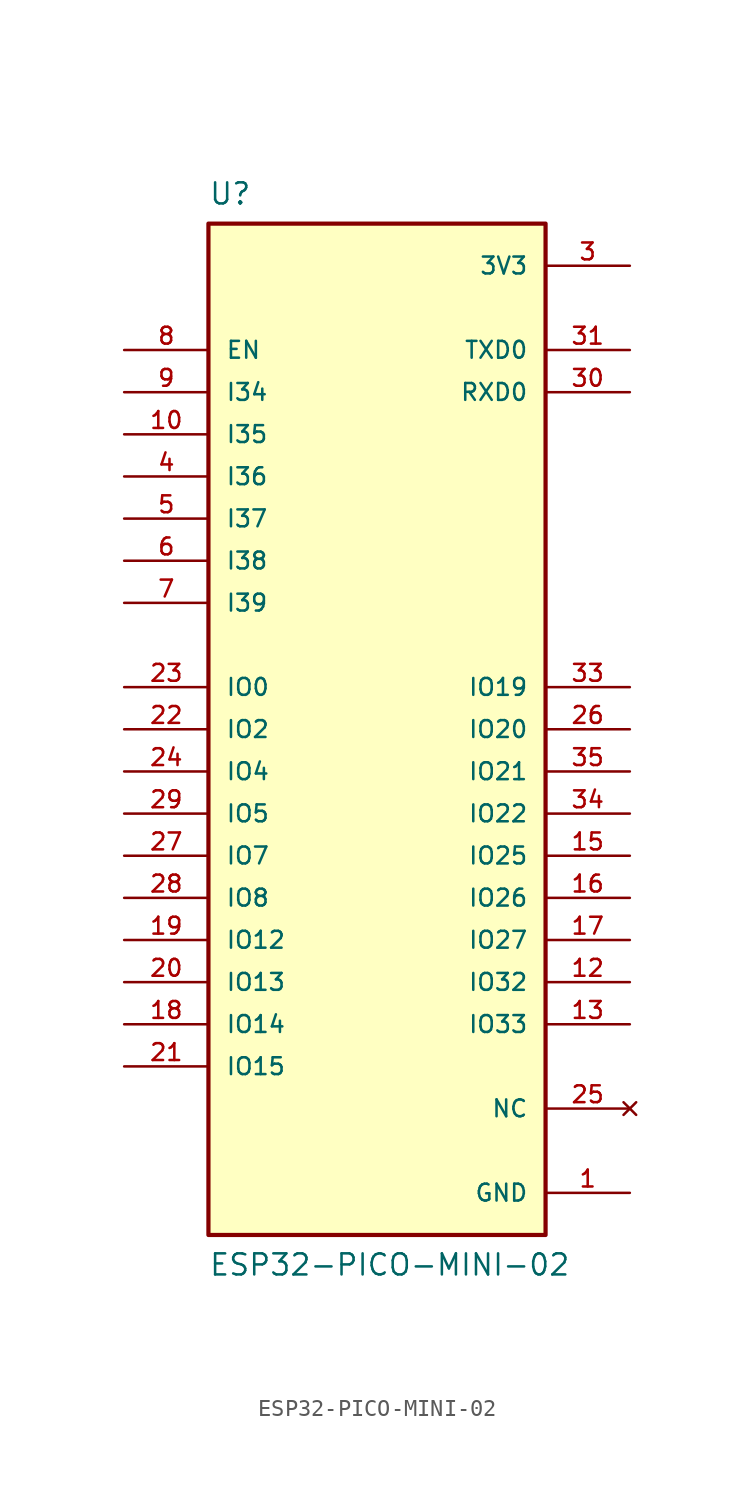
<source format=kicad_sym>
(kicad_symbol_lib
  (version 20211014)
  (generator kicad_symbol_editor)
  (symbol "ESP32-PICO-MINI-02"
    (pin_names
      (offset 1.016))
    (property "Reference" "U"
      (at -10.16 33.02 0)
      (effects (font (size 1.27 1.27)) (justify top left)))
    (property "Value" "ESP32-PICO-MINI-02"
      (at -10.16 -33.02 0)
      (effects (font (size 1.27 1.27)) (justify bottom left)))
    (symbol "ESP32-PICO-MINI-02_0_0"
      (rectangle (start -10.16 -30.48) (end 10.16 30.48) (stroke (width 0.254)) (fill (type background)))
      (pin power_in line (at 15.24 -27.94 180.0) (length 5.08) (name "GND" (effects (font (size 1.016 1.016)))) (number "1" (effects (font (size 1.016 1.016)))))
      (pin power_in line (at 15.24 -27.94 180.0) (length 5.08) hide (name "GND" (effects (font (size 1.016 1.016)))) (number "2" (effects (font (size 1.016 1.016)))))
      (pin power_in line (at 15.24 -27.94 180.0) (length 5.08) hide (name "GND" (effects (font (size 1.016 1.016)))) (number "11" (effects (font (size 1.016 1.016)))))
      (pin power_in line (at 15.24 -27.94 180.0) (length 5.08) hide (name "GND" (effects (font (size 1.016 1.016)))) (number "14" (effects (font (size 1.016 1.016)))))
      (pin power_in line (at 15.24 -27.94 180.0) (length 5.08) hide (name "GND" (effects (font (size 1.016 1.016)))) (number "36" (effects (font (size 1.016 1.016)))))
      (pin power_in line (at 15.24 -27.94 180.0) (length 5.08) hide (name "GND" (effects (font (size 1.016 1.016)))) (number "37" (effects (font (size 1.016 1.016)))))
      (pin power_in line (at 15.24 -27.94 180.0) (length 5.08) hide (name "GND" (effects (font (size 1.016 1.016)))) (number "38" (effects (font (size 1.016 1.016)))))
      (pin power_in line (at 15.24 -27.94 180.0) (length 5.08) hide (name "GND" (effects (font (size 1.016 1.016)))) (number "39" (effects (font (size 1.016 1.016)))))
      (pin power_in line (at 15.24 -27.94 180.0) (length 5.08) hide (name "GND" (effects (font (size 1.016 1.016)))) (number "40" (effects (font (size 1.016 1.016)))))
      (pin power_in line (at 15.24 -27.94 180.0) (length 5.08) hide (name "GND" (effects (font (size 1.016 1.016)))) (number "41" (effects (font (size 1.016 1.016)))))
      (pin power_in line (at 15.24 -27.94 180.0) (length 5.08) hide (name "GND" (effects (font (size 1.016 1.016)))) (number "42" (effects (font (size 1.016 1.016)))))
      (pin power_in line (at 15.24 -27.94 180.0) (length 5.08) hide (name "GND" (effects (font (size 1.016 1.016)))) (number "43" (effects (font (size 1.016 1.016)))))
      (pin power_in line (at 15.24 -27.94 180.0) (length 5.08) hide (name "GND" (effects (font (size 1.016 1.016)))) (number "44" (effects (font (size 1.016 1.016)))))
      (pin power_in line (at 15.24 -27.94 180.0) (length 5.08) hide (name "GND" (effects (font (size 1.016 1.016)))) (number "45" (effects (font (size 1.016 1.016)))))
      (pin power_in line (at 15.24 -27.94 180.0) (length 5.08) hide (name "GND" (effects (font (size 1.016 1.016)))) (number "46" (effects (font (size 1.016 1.016)))))
      (pin power_in line (at 15.24 -27.94 180.0) (length 5.08) hide (name "GND" (effects (font (size 1.016 1.016)))) (number "47" (effects (font (size 1.016 1.016)))))
      (pin power_in line (at 15.24 -27.94 180.0) (length 5.08) hide (name "GND" (effects (font (size 1.016 1.016)))) (number "48" (effects (font (size 1.016 1.016)))))
      (pin power_in line (at 15.24 -27.94 180.0) (length 5.08) hide (name "GND" (effects (font (size 1.016 1.016)))) (number "49" (effects (font (size 1.016 1.016)))))
      (pin power_in line (at 15.24 -27.94 180.0) (length 5.08) hide (name "GND" (effects (font (size 1.016 1.016)))) (number "50" (effects (font (size 1.016 1.016)))))
      (pin power_in line (at 15.24 -27.94 180.0) (length 5.08) hide (name "GND" (effects (font (size 1.016 1.016)))) (number "51" (effects (font (size 1.016 1.016)))))
      (pin power_in line (at 15.24 -27.94 180.0) (length 5.08) hide (name "GND" (effects (font (size 1.016 1.016)))) (number "52" (effects (font (size 1.016 1.016)))))
      (pin power_in line (at 15.24 -27.94 180.0) (length 5.08) hide (name "GND" (effects (font (size 1.016 1.016)))) (number "53" (effects (font (size 1.016 1.016)))))
      (pin power_in line (at 15.24 -27.94 180.0) (length 5.08) hide (name "GND" (effects (font (size 1.016 1.016)))) (number "54" (effects (font (size 1.016 1.016)))))
      (pin power_in line (at 15.24 -27.94 180.0) (length 5.08) hide (name "GND" (effects (font (size 1.016 1.016)))) (number "55" (effects (font (size 1.016 1.016)))))
      (pin power_in line (at 15.24 -27.94 180.0) (length 5.08) hide (name "GND" (effects (font (size 1.016 1.016)))) (number "56" (effects (font (size 1.016 1.016)))))
      (pin power_in line (at 15.24 -27.94 180.0) (length 5.08) hide (name "GND" (effects (font (size 1.016 1.016)))) (number "57" (effects (font (size 1.016 1.016)))))
      (pin power_in line (at 15.24 -27.94 180.0) (length 5.08) hide (name "GND" (effects (font (size 1.016 1.016)))) (number "58" (effects (font (size 1.016 1.016)))))
      (pin power_in line (at 15.24 -27.94 180.0) (length 5.08) hide (name "GND" (effects (font (size 1.016 1.016)))) (number "59" (effects (font (size 1.016 1.016)))))
      (pin power_in line (at 15.24 -27.94 180.0) (length 5.08) hide (name "GND" (effects (font (size 1.016 1.016)))) (number "60" (effects (font (size 1.016 1.016)))))
      (pin power_in line (at 15.24 -27.94 180.0) (length 5.08) hide (name "GND" (effects (font (size 1.016 1.016)))) (number "61" (effects (font (size 1.016 1.016)))))
      (pin power_in line (at 15.24 27.94 180.0) (length 5.08) (name "3V3" (effects (font (size 1.016 1.016)))) (number "3" (effects (font (size 1.016 1.016)))))
      (pin no_connect line (at 15.24 -22.86 180.0) (length 5.08) (name "NC" (effects (font (size 1.016 1.016)))) (number "25" (effects (font (size 1.016 1.016)))))
      (pin no_connect line (at 15.24 -22.86 180.0) (length 5.08) hide (name "NC" (effects (font (size 1.016 1.016)))) (number "32" (effects (font (size 1.016 1.016)))))
      (pin input line (at -15.24 22.86 0) (length 5.08) (name "EN" (effects (font (size 1.016 1.016)))) (number "8" (effects (font (size 1.016 1.016)))))
      (pin input line (at -15.24 20.32 0) (length 5.08) (name "I34" (effects (font (size 1.016 1.016)))) (number "9" (effects (font (size 1.016 1.016)))))
      (pin input line (at -15.24 17.78 0) (length 5.08) (name "I35" (effects (font (size 1.016 1.016)))) (number "10" (effects (font (size 1.016 1.016)))))
      (pin input line (at -15.24 15.24 0) (length 5.08) (name "I36" (effects (font (size 1.016 1.016)))) (number "4" (effects (font (size 1.016 1.016)))))
      (pin input line (at -15.24 12.7 0) (length 5.08) (name "I37" (effects (font (size 1.016 1.016)))) (number "5" (effects (font (size 1.016 1.016)))))
      (pin input line (at -15.24 10.16 0) (length 5.08) (name "I38" (effects (font (size 1.016 1.016)))) (number "6" (effects (font (size 1.016 1.016)))))
      (pin input line (at -15.24 7.62 0) (length 5.08) (name "I39" (effects (font (size 1.016 1.016)))) (number "7" (effects (font (size 1.016 1.016)))))
      (pin bidirectional line (at -15.24 2.54 0) (length 5.08) (name "IO0" (effects (font (size 1.016 1.016)))) (number "23" (effects (font (size 1.016 1.016)))))
      (pin bidirectional line (at 15.24 0.0 180.0) (length 5.08) (name "IO20" (effects (font (size 1.016 1.016)))) (number "26" (effects (font (size 1.016 1.016)))))
      (pin bidirectional line (at -15.24 0.0 0) (length 5.08) (name "IO2" (effects (font (size 1.016 1.016)))) (number "22" (effects (font (size 1.016 1.016)))))
      (pin bidirectional line (at -15.24 -2.54 0) (length 5.08) (name "IO4" (effects (font (size 1.016 1.016)))) (number "24" (effects (font (size 1.016 1.016)))))
      (pin bidirectional line (at -15.24 -5.08 0) (length 5.08) (name "IO5" (effects (font (size 1.016 1.016)))) (number "29" (effects (font (size 1.016 1.016)))))
      (pin bidirectional line (at 15.24 -2.54 180.0) (length 5.08) (name "IO21" (effects (font (size 1.016 1.016)))) (number "35" (effects (font (size 1.016 1.016)))))
      (pin bidirectional line (at -15.24 -7.62 0) (length 5.08) (name "IO7" (effects (font (size 1.016 1.016)))) (number "27" (effects (font (size 1.016 1.016)))))
      (pin bidirectional line (at -15.24 -10.16 0) (length 5.08) (name "IO8" (effects (font (size 1.016 1.016)))) (number "28" (effects (font (size 1.016 1.016)))))
      (pin bidirectional line (at 15.24 -5.08 180.0) (length 5.08) (name "IO22" (effects (font (size 1.016 1.016)))) (number "34" (effects (font (size 1.016 1.016)))))
      (pin bidirectional line (at 15.24 -7.62 180.0) (length 5.08) (name "IO25" (effects (font (size 1.016 1.016)))) (number "15" (effects (font (size 1.016 1.016)))))
      (pin bidirectional line (at 15.24 -10.16 180.0) (length 5.08) (name "IO26" (effects (font (size 1.016 1.016)))) (number "16" (effects (font (size 1.016 1.016)))))
      (pin bidirectional line (at -15.24 -12.7 0) (length 5.08) (name "IO12" (effects (font (size 1.016 1.016)))) (number "19" (effects (font (size 1.016 1.016)))))
      (pin bidirectional line (at -15.24 -15.24 0) (length 5.08) (name "IO13" (effects (font (size 1.016 1.016)))) (number "20" (effects (font (size 1.016 1.016)))))
      (pin bidirectional line (at -15.24 -17.78 0) (length 5.08) (name "IO14" (effects (font (size 1.016 1.016)))) (number "18" (effects (font (size 1.016 1.016)))))
      (pin bidirectional line (at -15.24 -20.32 0) (length 5.08) (name "IO15" (effects (font (size 1.016 1.016)))) (number "21" (effects (font (size 1.016 1.016)))))
      (pin bidirectional line (at 15.24 -12.7 180.0) (length 5.08) (name "IO27" (effects (font (size 1.016 1.016)))) (number "17" (effects (font (size 1.016 1.016)))))
      (pin bidirectional line (at 15.24 -15.24 180.0) (length 5.08) (name "IO32" (effects (font (size 1.016 1.016)))) (number "12" (effects (font (size 1.016 1.016)))))
      (pin bidirectional line (at 15.24 -17.78 180.0) (length 5.08) (name "IO33" (effects (font (size 1.016 1.016)))) (number "13" (effects (font (size 1.016 1.016)))))
      (pin bidirectional line (at 15.24 2.54 180.0) (length 5.08) (name "IO19" (effects (font (size 1.016 1.016)))) (number "33" (effects (font (size 1.016 1.016)))))
      (pin bidirectional line (at 15.24 22.86 180.0) (length 5.08) (name "TXD0" (effects (font (size 1.016 1.016)))) (number "31" (effects (font (size 1.016 1.016)))))
      (pin bidirectional line (at 15.24 20.32 180.0) (length 5.08) (name "RXD0" (effects (font (size 1.016 1.016)))) (number "30" (effects (font (size 1.016 1.016))))))))
</source>
